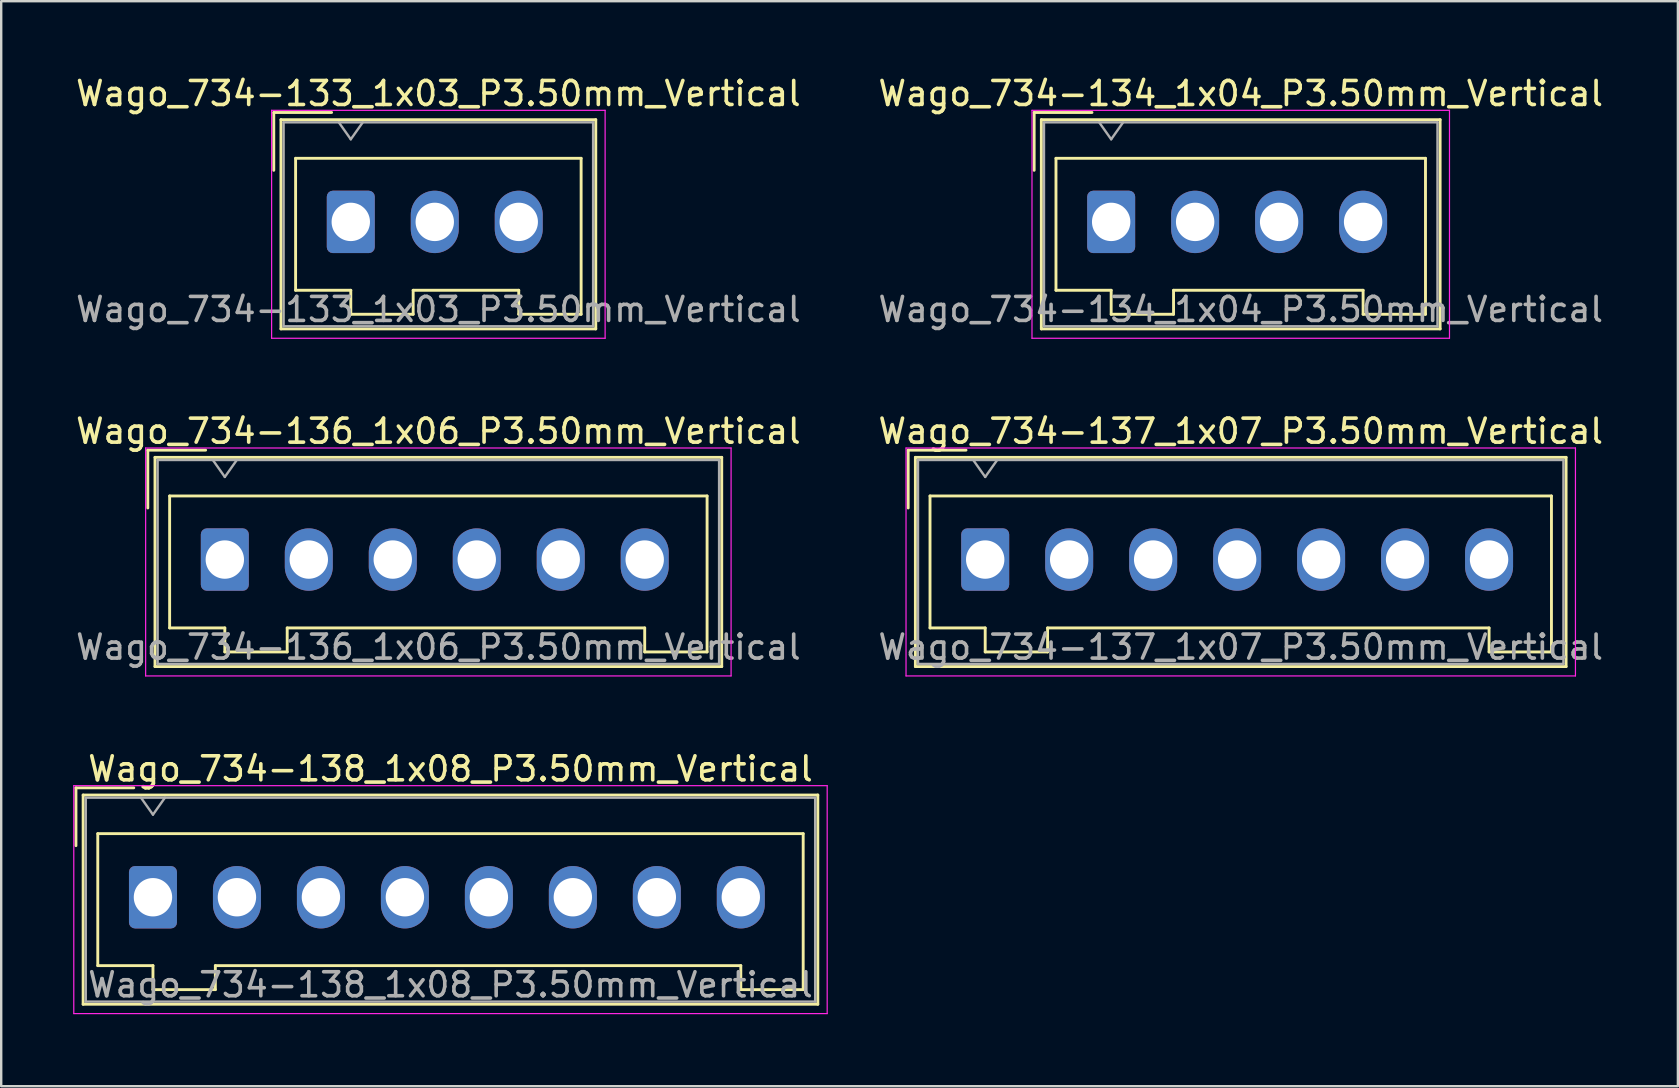
<source format=kicad_pcb>
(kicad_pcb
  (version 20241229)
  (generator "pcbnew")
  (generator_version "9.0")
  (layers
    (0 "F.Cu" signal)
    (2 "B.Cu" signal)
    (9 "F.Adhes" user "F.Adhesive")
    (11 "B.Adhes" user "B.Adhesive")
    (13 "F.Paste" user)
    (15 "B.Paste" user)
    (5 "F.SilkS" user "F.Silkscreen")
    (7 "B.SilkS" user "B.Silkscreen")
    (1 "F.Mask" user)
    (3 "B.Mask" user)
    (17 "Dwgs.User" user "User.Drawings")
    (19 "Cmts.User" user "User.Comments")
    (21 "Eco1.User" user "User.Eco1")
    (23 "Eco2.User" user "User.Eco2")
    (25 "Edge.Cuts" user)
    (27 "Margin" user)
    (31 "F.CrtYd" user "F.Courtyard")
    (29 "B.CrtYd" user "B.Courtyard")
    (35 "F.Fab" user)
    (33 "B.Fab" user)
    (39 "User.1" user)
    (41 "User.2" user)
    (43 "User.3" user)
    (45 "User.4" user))
  (footprint "Wago_734-138_1x08_P3.50mm_Vertical"
    (layer "F.Cu")
    (at 3.325 34.345)
    (property "Reference" "Wago_734-138_1x08_P3.50mm_Vertical" (at 12.4 -5.35 0) (layer "F.SilkS") (effects (font (size 1 1) (thickness 0.15))))
    (attr through_hole)
    (fp_line (start -3.21 -4.56) (end -0.8 -4.56) (stroke (width 0.12) (type solid)) (layer "F.SilkS"))
    (fp_line (start -3.21 -2.15) (end -3.21 -4.56) (stroke (width 0.12) (type solid)) (layer "F.SilkS"))
    (fp_line (start -2.91 -4.26) (end -2.91 4.46) (stroke (width 0.12) (type solid)) (layer "F.SilkS"))
    (fp_line (start -2.91 4.46) (end 27.71 4.46) (stroke (width 0.12) (type solid)) (layer "F.SilkS"))
    (fp_line (start -2.3 -2.65) (end -2.3 2.85) (stroke (width 0.12) (type solid)) (layer "F.SilkS"))
    (fp_line (start -2.3 2.85) (end 0 2.85) (stroke (width 0.12) (type solid)) (layer "F.SilkS"))
    (fp_line (start 0 2.85) (end 0 3.85) (stroke (width 0.12) (type solid)) (layer "F.SilkS"))
    (fp_line (start 0 3.85) (end 2.6 3.85) (stroke (width 0.12) (type solid)) (layer "F.SilkS"))
    (fp_line (start 2.6 2.85) (end 24.5 2.85) (stroke (width 0.12) (type solid)) (layer "F.SilkS"))
    (fp_line (start 2.6 3.85) (end 2.6 2.85) (stroke (width 0.12) (type solid)) (layer "F.SilkS"))
    (fp_line (start 24.5 2.85) (end 24.5 3.85) (stroke (width 0.12) (type solid)) (layer "F.SilkS"))
    (fp_line (start 24.5 3.85) (end 27.1 3.85) (stroke (width 0.12) (type solid)) (layer "F.SilkS"))
    (fp_line (start 27.1 -2.65) (end -2.3 -2.65) (stroke (width 0.12) (type solid)) (layer "F.SilkS"))
    (fp_line (start 27.1 3.85) (end 27.1 -2.65) (stroke (width 0.12) (type solid)) (layer "F.SilkS"))
    (fp_line (start 27.71 -4.26) (end -2.91 -4.26) (stroke (width 0.12) (type solid)) (layer "F.SilkS"))
    (fp_line (start 27.71 4.46) (end 27.71 -4.26) (stroke (width 0.12) (type solid)) (layer "F.SilkS"))
    (fp_line (start -3.3 -4.65) (end -3.3 4.85) (stroke (width 0.05) (type solid)) (layer "F.CrtYd"))
    (fp_line (start -3.3 4.85) (end 28.1 4.85) (stroke (width 0.05) (type solid)) (layer "F.CrtYd"))
    (fp_line (start 28.1 -4.65) (end -3.3 -4.65) (stroke (width 0.05) (type solid)) (layer "F.CrtYd"))
    (fp_line (start 28.1 4.85) (end 28.1 -4.65) (stroke (width 0.05) (type solid)) (layer "F.CrtYd"))
    (fp_line (start -2.8 -4.15) (end -2.8 4.35) (stroke (width 0.1) (type solid)) (layer "F.Fab"))
    (fp_line (start -2.8 4.35) (end 27.6 4.35) (stroke (width 0.1) (type solid)) (layer "F.Fab"))
    (fp_line (start -0.5 -4.15) (end 0 -3.443) (stroke (width 0.1) (type solid)) (layer "F.Fab"))
    (fp_line (start 0 -3.443) (end 0.5 -4.15) (stroke (width 0.1) (type solid)) (layer "F.Fab"))
    (fp_line (start 27.6 -4.15) (end -2.8 -4.15) (stroke (width 0.1) (type solid)) (layer "F.Fab"))
    (fp_line (start 27.6 4.35) (end 27.6 -4.15) (stroke (width 0.1) (type solid)) (layer "F.Fab"))
    (fp_text user "${REFERENCE}" (at 12.4 3.65 0) (layer "F.Fab") (effects (font (size 1 1) (thickness 0.15))))
    (pad "1" thru_hole roundrect (at 0 0) (size 2 2.6) (drill 1.6) (layers "*.Cu" "*.Mask") (roundrect_rratio 0.125))
    (pad "2" thru_hole oval (at 3.5 0) (size 2 2.6) (drill 1.6) (layers "*.Cu" "*.Mask"))
    (pad "3" thru_hole oval (at 7 0) (size 2 2.6) (drill 1.6) (layers "*.Cu" "*.Mask"))
    (pad "4" thru_hole oval (at 10.5 0) (size 2 2.6) (drill 1.6) (layers "*.Cu" "*.Mask"))
    (pad "5" thru_hole oval (at 14 0) (size 2 2.6) (drill 1.6) (layers "*.Cu" "*.Mask"))
    (pad "6" thru_hole oval (at 17.5 0) (size 2 2.6) (drill 1.6) (layers "*.Cu" "*.Mask"))
    (pad "7" thru_hole oval (at 21 0) (size 2 2.6) (drill 1.6) (layers "*.Cu" "*.Mask"))
    (pad "8" thru_hole oval (at 24.5 0) (size 2 2.6) (drill 1.6) (layers "*.Cu" "*.Mask")))
  (footprint "Wago_734-134_1x04_P3.50mm_Vertical"
    (layer "F.Cu")
    (at 43.261 6.198)
    (property "Reference" "Wago_734-134_1x04_P3.50mm_Vertical" (at 5.4 -5.35 0) (layer "F.SilkS") (effects (font (size 1 1) (thickness 0.15))))
    (attr through_hole)
    (fp_line (start -3.21 -4.56) (end -0.8 -4.56) (stroke (width 0.12) (type solid)) (layer "F.SilkS"))
    (fp_line (start -3.21 -2.15) (end -3.21 -4.56) (stroke (width 0.12) (type solid)) (layer "F.SilkS"))
    (fp_line (start -2.91 -4.26) (end -2.91 4.46) (stroke (width 0.12) (type solid)) (layer "F.SilkS"))
    (fp_line (start -2.91 4.46) (end 13.71 4.46) (stroke (width 0.12) (type solid)) (layer "F.SilkS"))
    (fp_line (start -2.3 -2.65) (end -2.3 2.85) (stroke (width 0.12) (type solid)) (layer "F.SilkS"))
    (fp_line (start -2.3 2.85) (end 0 2.85) (stroke (width 0.12) (type solid)) (layer "F.SilkS"))
    (fp_line (start 0 2.85) (end 0 3.85) (stroke (width 0.12) (type solid)) (layer "F.SilkS"))
    (fp_line (start 0 3.85) (end 2.6 3.85) (stroke (width 0.12) (type solid)) (layer "F.SilkS"))
    (fp_line (start 2.6 2.85) (end 10.5 2.85) (stroke (width 0.12) (type solid)) (layer "F.SilkS"))
    (fp_line (start 2.6 3.85) (end 2.6 2.85) (stroke (width 0.12) (type solid)) (layer "F.SilkS"))
    (fp_line (start 10.5 2.85) (end 10.5 3.85) (stroke (width 0.12) (type solid)) (layer "F.SilkS"))
    (fp_line (start 10.5 3.85) (end 13.1 3.85) (stroke (width 0.12) (type solid)) (layer "F.SilkS"))
    (fp_line (start 13.1 -2.65) (end -2.3 -2.65) (stroke (width 0.12) (type solid)) (layer "F.SilkS"))
    (fp_line (start 13.1 3.85) (end 13.1 -2.65) (stroke (width 0.12) (type solid)) (layer "F.SilkS"))
    (fp_line (start 13.71 -4.26) (end -2.91 -4.26) (stroke (width 0.12) (type solid)) (layer "F.SilkS"))
    (fp_line (start 13.71 4.46) (end 13.71 -4.26) (stroke (width 0.12) (type solid)) (layer "F.SilkS"))
    (fp_line (start -3.3 -4.65) (end -3.3 4.85) (stroke (width 0.05) (type solid)) (layer "F.CrtYd"))
    (fp_line (start -3.3 4.85) (end 14.1 4.85) (stroke (width 0.05) (type solid)) (layer "F.CrtYd"))
    (fp_line (start 14.1 -4.65) (end -3.3 -4.65) (stroke (width 0.05) (type solid)) (layer "F.CrtYd"))
    (fp_line (start 14.1 4.85) (end 14.1 -4.65) (stroke (width 0.05) (type solid)) (layer "F.CrtYd"))
    (fp_line (start -2.8 -4.15) (end -2.8 4.35) (stroke (width 0.1) (type solid)) (layer "F.Fab"))
    (fp_line (start -2.8 4.35) (end 13.6 4.35) (stroke (width 0.1) (type solid)) (layer "F.Fab"))
    (fp_line (start -0.5 -4.15) (end 0 -3.443) (stroke (width 0.1) (type solid)) (layer "F.Fab"))
    (fp_line (start 0 -3.443) (end 0.5 -4.15) (stroke (width 0.1) (type solid)) (layer "F.Fab"))
    (fp_line (start 13.6 -4.15) (end -2.8 -4.15) (stroke (width 0.1) (type solid)) (layer "F.Fab"))
    (fp_line (start 13.6 4.35) (end 13.6 -4.15) (stroke (width 0.1) (type solid)) (layer "F.Fab"))
    (fp_text user "${REFERENCE}" (at 5.4 3.65 0) (layer "F.Fab") (effects (font (size 1 1) (thickness 0.15))))
    (pad "1" thru_hole roundrect (at 0 0) (size 2 2.6) (drill 1.6) (layers "*.Cu" "*.Mask") (roundrect_rratio 0.125))
    (pad "2" thru_hole oval (at 3.5 0) (size 2 2.6) (drill 1.6) (layers "*.Cu" "*.Mask"))
    (pad "3" thru_hole oval (at 7 0) (size 2 2.6) (drill 1.6) (layers "*.Cu" "*.Mask"))
    (pad "4" thru_hole oval (at 10.5 0) (size 2 2.6) (drill 1.6) (layers "*.Cu" "*.Mask")))
  (footprint "Wago_734-133_1x03_P3.50mm_Vertical"
    (layer "F.Cu")
    (at 11.57 6.198)
    (property "Reference" "Wago_734-133_1x03_P3.50mm_Vertical" (at 3.65 -5.35 0) (layer "F.SilkS") (effects (font (size 1 1) (thickness 0.15))))
    (attr through_hole)
    (fp_line (start -3.21 -4.56) (end -0.8 -4.56) (stroke (width 0.12) (type solid)) (layer "F.SilkS"))
    (fp_line (start -3.21 -2.15) (end -3.21 -4.56) (stroke (width 0.12) (type solid)) (layer "F.SilkS"))
    (fp_line (start -2.91 -4.26) (end -2.91 4.46) (stroke (width 0.12) (type solid)) (layer "F.SilkS"))
    (fp_line (start -2.91 4.46) (end 10.21 4.46) (stroke (width 0.12) (type solid)) (layer "F.SilkS"))
    (fp_line (start -2.3 -2.65) (end -2.3 2.85) (stroke (width 0.12) (type solid)) (layer "F.SilkS"))
    (fp_line (start -2.3 2.85) (end 0 2.85) (stroke (width 0.12) (type solid)) (layer "F.SilkS"))
    (fp_line (start 0 2.85) (end 0 3.85) (stroke (width 0.12) (type solid)) (layer "F.SilkS"))
    (fp_line (start 0 3.85) (end 2.6 3.85) (stroke (width 0.12) (type solid)) (layer "F.SilkS"))
    (fp_line (start 2.6 2.85) (end 7 2.85) (stroke (width 0.12) (type solid)) (layer "F.SilkS"))
    (fp_line (start 2.6 3.85) (end 2.6 2.85) (stroke (width 0.12) (type solid)) (layer "F.SilkS"))
    (fp_line (start 7 2.85) (end 7 3.85) (stroke (width 0.12) (type solid)) (layer "F.SilkS"))
    (fp_line (start 7 3.85) (end 9.6 3.85) (stroke (width 0.12) (type solid)) (layer "F.SilkS"))
    (fp_line (start 9.6 -2.65) (end -2.3 -2.65) (stroke (width 0.12) (type solid)) (layer "F.SilkS"))
    (fp_line (start 9.6 3.85) (end 9.6 -2.65) (stroke (width 0.12) (type solid)) (layer "F.SilkS"))
    (fp_line (start 10.21 -4.26) (end -2.91 -4.26) (stroke (width 0.12) (type solid)) (layer "F.SilkS"))
    (fp_line (start 10.21 4.46) (end 10.21 -4.26) (stroke (width 0.12) (type solid)) (layer "F.SilkS"))
    (fp_line (start -3.3 -4.65) (end -3.3 4.85) (stroke (width 0.05) (type solid)) (layer "F.CrtYd"))
    (fp_line (start -3.3 4.85) (end 10.6 4.85) (stroke (width 0.05) (type solid)) (layer "F.CrtYd"))
    (fp_line (start 10.6 -4.65) (end -3.3 -4.65) (stroke (width 0.05) (type solid)) (layer "F.CrtYd"))
    (fp_line (start 10.6 4.85) (end 10.6 -4.65) (stroke (width 0.05) (type solid)) (layer "F.CrtYd"))
    (fp_line (start -2.8 -4.15) (end -2.8 4.35) (stroke (width 0.1) (type solid)) (layer "F.Fab"))
    (fp_line (start -2.8 4.35) (end 10.1 4.35) (stroke (width 0.1) (type solid)) (layer "F.Fab"))
    (fp_line (start -0.5 -4.15) (end 0 -3.443) (stroke (width 0.1) (type solid)) (layer "F.Fab"))
    (fp_line (start 0 -3.443) (end 0.5 -4.15) (stroke (width 0.1) (type solid)) (layer "F.Fab"))
    (fp_line (start 10.1 -4.15) (end -2.8 -4.15) (stroke (width 0.1) (type solid)) (layer "F.Fab"))
    (fp_line (start 10.1 4.35) (end 10.1 -4.15) (stroke (width 0.1) (type solid)) (layer "F.Fab"))
    (fp_text user "${REFERENCE}" (at 3.65 3.65 0) (layer "F.Fab") (effects (font (size 1 1) (thickness 0.15))))
    (pad "1" thru_hole roundrect (at 0 0) (size 2 2.6) (drill 1.6) (layers "*.Cu" "*.Mask") (roundrect_rratio 0.125))
    (pad "2" thru_hole oval (at 3.5 0) (size 2 2.6) (drill 1.6) (layers "*.Cu" "*.Mask"))
    (pad "3" thru_hole oval (at 7 0) (size 2 2.6) (drill 1.6) (layers "*.Cu" "*.Mask")))
  (footprint "Wago_734-137_1x07_P3.50mm_Vertical"
    (layer "F.Cu")
    (at 38.011 20.271)
    (property "Reference" "Wago_734-137_1x07_P3.50mm_Vertical" (at 10.65 -5.35 0) (layer "F.SilkS") (effects (font (size 1 1) (thickness 0.15))))
    (attr through_hole)
    (fp_line (start -3.21 -4.56) (end -0.8 -4.56) (stroke (width 0.12) (type solid)) (layer "F.SilkS"))
    (fp_line (start -3.21 -2.15) (end -3.21 -4.56) (stroke (width 0.12) (type solid)) (layer "F.SilkS"))
    (fp_line (start -2.91 -4.26) (end -2.91 4.46) (stroke (width 0.12) (type solid)) (layer "F.SilkS"))
    (fp_line (start -2.91 4.46) (end 24.21 4.46) (stroke (width 0.12) (type solid)) (layer "F.SilkS"))
    (fp_line (start -2.3 -2.65) (end -2.3 2.85) (stroke (width 0.12) (type solid)) (layer "F.SilkS"))
    (fp_line (start -2.3 2.85) (end 0 2.85) (stroke (width 0.12) (type solid)) (layer "F.SilkS"))
    (fp_line (start 0 2.85) (end 0 3.85) (stroke (width 0.12) (type solid)) (layer "F.SilkS"))
    (fp_line (start 0 3.85) (end 2.6 3.85) (stroke (width 0.12) (type solid)) (layer "F.SilkS"))
    (fp_line (start 2.6 2.85) (end 21 2.85) (stroke (width 0.12) (type solid)) (layer "F.SilkS"))
    (fp_line (start 2.6 3.85) (end 2.6 2.85) (stroke (width 0.12) (type solid)) (layer "F.SilkS"))
    (fp_line (start 21 2.85) (end 21 3.85) (stroke (width 0.12) (type solid)) (layer "F.SilkS"))
    (fp_line (start 21 3.85) (end 23.6 3.85) (stroke (width 0.12) (type solid)) (layer "F.SilkS"))
    (fp_line (start 23.6 -2.65) (end -2.3 -2.65) (stroke (width 0.12) (type solid)) (layer "F.SilkS"))
    (fp_line (start 23.6 3.85) (end 23.6 -2.65) (stroke (width 0.12) (type solid)) (layer "F.SilkS"))
    (fp_line (start 24.21 -4.26) (end -2.91 -4.26) (stroke (width 0.12) (type solid)) (layer "F.SilkS"))
    (fp_line (start 24.21 4.46) (end 24.21 -4.26) (stroke (width 0.12) (type solid)) (layer "F.SilkS"))
    (fp_line (start -3.3 -4.65) (end -3.3 4.85) (stroke (width 0.05) (type solid)) (layer "F.CrtYd"))
    (fp_line (start -3.3 4.85) (end 24.6 4.85) (stroke (width 0.05) (type solid)) (layer "F.CrtYd"))
    (fp_line (start 24.6 -4.65) (end -3.3 -4.65) (stroke (width 0.05) (type solid)) (layer "F.CrtYd"))
    (fp_line (start 24.6 4.85) (end 24.6 -4.65) (stroke (width 0.05) (type solid)) (layer "F.CrtYd"))
    (fp_line (start -2.8 -4.15) (end -2.8 4.35) (stroke (width 0.1) (type solid)) (layer "F.Fab"))
    (fp_line (start -2.8 4.35) (end 24.1 4.35) (stroke (width 0.1) (type solid)) (layer "F.Fab"))
    (fp_line (start -0.5 -4.15) (end 0 -3.443) (stroke (width 0.1) (type solid)) (layer "F.Fab"))
    (fp_line (start 0 -3.443) (end 0.5 -4.15) (stroke (width 0.1) (type solid)) (layer "F.Fab"))
    (fp_line (start 24.1 -4.15) (end -2.8 -4.15) (stroke (width 0.1) (type solid)) (layer "F.Fab"))
    (fp_line (start 24.1 4.35) (end 24.1 -4.15) (stroke (width 0.1) (type solid)) (layer "F.Fab"))
    (fp_text user "${REFERENCE}" (at 10.65 3.65 0) (layer "F.Fab") (effects (font (size 1 1) (thickness 0.15))))
    (pad "1" thru_hole roundrect (at 0 0) (size 2 2.6) (drill 1.6) (layers "*.Cu" "*.Mask") (roundrect_rratio 0.125))
    (pad "2" thru_hole oval (at 3.5 0) (size 2 2.6) (drill 1.6) (layers "*.Cu" "*.Mask"))
    (pad "3" thru_hole oval (at 7 0) (size 2 2.6) (drill 1.6) (layers "*.Cu" "*.Mask"))
    (pad "4" thru_hole oval (at 10.5 0) (size 2 2.6) (drill 1.6) (layers "*.Cu" "*.Mask"))
    (pad "5" thru_hole oval (at 14 0) (size 2 2.6) (drill 1.6) (layers "*.Cu" "*.Mask"))
    (pad "6" thru_hole oval (at 17.5 0) (size 2 2.6) (drill 1.6) (layers "*.Cu" "*.Mask"))
    (pad "7" thru_hole oval (at 21 0) (size 2 2.6) (drill 1.6) (layers "*.Cu" "*.Mask")))
  (footprint "Wago_734-136_1x06_P3.50mm_Vertical"
    (layer "F.Cu")
    (at 6.32 20.271)
    (property "Reference" "Wago_734-136_1x06_P3.50mm_Vertical" (at 8.9 -5.35 0) (layer "F.SilkS") (effects (font (size 1 1) (thickness 0.15))))
    (attr through_hole)
    (fp_line (start -3.21 -4.56) (end -0.8 -4.56) (stroke (width 0.12) (type solid)) (layer "F.SilkS"))
    (fp_line (start -3.21 -2.15) (end -3.21 -4.56) (stroke (width 0.12) (type solid)) (layer "F.SilkS"))
    (fp_line (start -2.91 -4.26) (end -2.91 4.46) (stroke (width 0.12) (type solid)) (layer "F.SilkS"))
    (fp_line (start -2.91 4.46) (end 20.71 4.46) (stroke (width 0.12) (type solid)) (layer "F.SilkS"))
    (fp_line (start -2.3 -2.65) (end -2.3 2.85) (stroke (width 0.12) (type solid)) (layer "F.SilkS"))
    (fp_line (start -2.3 2.85) (end 0 2.85) (stroke (width 0.12) (type solid)) (layer "F.SilkS"))
    (fp_line (start 0 2.85) (end 0 3.85) (stroke (width 0.12) (type solid)) (layer "F.SilkS"))
    (fp_line (start 0 3.85) (end 2.6 3.85) (stroke (width 0.12) (type solid)) (layer "F.SilkS"))
    (fp_line (start 2.6 2.85) (end 17.5 2.85) (stroke (width 0.12) (type solid)) (layer "F.SilkS"))
    (fp_line (start 2.6 3.85) (end 2.6 2.85) (stroke (width 0.12) (type solid)) (layer "F.SilkS"))
    (fp_line (start 17.5 2.85) (end 17.5 3.85) (stroke (width 0.12) (type solid)) (layer "F.SilkS"))
    (fp_line (start 17.5 3.85) (end 20.1 3.85) (stroke (width 0.12) (type solid)) (layer "F.SilkS"))
    (fp_line (start 20.1 -2.65) (end -2.3 -2.65) (stroke (width 0.12) (type solid)) (layer "F.SilkS"))
    (fp_line (start 20.1 3.85) (end 20.1 -2.65) (stroke (width 0.12) (type solid)) (layer "F.SilkS"))
    (fp_line (start 20.71 -4.26) (end -2.91 -4.26) (stroke (width 0.12) (type solid)) (layer "F.SilkS"))
    (fp_line (start 20.71 4.46) (end 20.71 -4.26) (stroke (width 0.12) (type solid)) (layer "F.SilkS"))
    (fp_line (start -3.3 -4.65) (end -3.3 4.85) (stroke (width 0.05) (type solid)) (layer "F.CrtYd"))
    (fp_line (start -3.3 4.85) (end 21.1 4.85) (stroke (width 0.05) (type solid)) (layer "F.CrtYd"))
    (fp_line (start 21.1 -4.65) (end -3.3 -4.65) (stroke (width 0.05) (type solid)) (layer "F.CrtYd"))
    (fp_line (start 21.1 4.85) (end 21.1 -4.65) (stroke (width 0.05) (type solid)) (layer "F.CrtYd"))
    (fp_line (start -2.8 -4.15) (end -2.8 4.35) (stroke (width 0.1) (type solid)) (layer "F.Fab"))
    (fp_line (start -2.8 4.35) (end 20.6 4.35) (stroke (width 0.1) (type solid)) (layer "F.Fab"))
    (fp_line (start -0.5 -4.15) (end 0 -3.443) (stroke (width 0.1) (type solid)) (layer "F.Fab"))
    (fp_line (start 0 -3.443) (end 0.5 -4.15) (stroke (width 0.1) (type solid)) (layer "F.Fab"))
    (fp_line (start 20.6 -4.15) (end -2.8 -4.15) (stroke (width 0.1) (type solid)) (layer "F.Fab"))
    (fp_line (start 20.6 4.35) (end 20.6 -4.15) (stroke (width 0.1) (type solid)) (layer "F.Fab"))
    (fp_text user "${REFERENCE}" (at 8.9 3.65 0) (layer "F.Fab") (effects (font (size 1 1) (thickness 0.15))))
    (pad "1" thru_hole roundrect (at 0 0) (size 2 2.6) (drill 1.6) (layers "*.Cu" "*.Mask") (roundrect_rratio 0.125))
    (pad "2" thru_hole oval (at 3.5 0) (size 2 2.6) (drill 1.6) (layers "*.Cu" "*.Mask"))
    (pad "3" thru_hole oval (at 7 0) (size 2 2.6) (drill 1.6) (layers "*.Cu" "*.Mask"))
    (pad "4" thru_hole oval (at 10.5 0) (size 2 2.6) (drill 1.6) (layers "*.Cu" "*.Mask"))
    (pad "5" thru_hole oval (at 14 0) (size 2 2.6) (drill 1.6) (layers "*.Cu" "*.Mask"))
    (pad "6" thru_hole oval (at 17.5 0) (size 2 2.6) (drill 1.6) (layers "*.Cu" "*.Mask")))
  (gr_rect
    (start -3 -3)
    (end 66.881 42.22)
    (stroke (width 0.1) (type default))
    (fill no)
    (layer "Edge.Cuts")))
</source>
